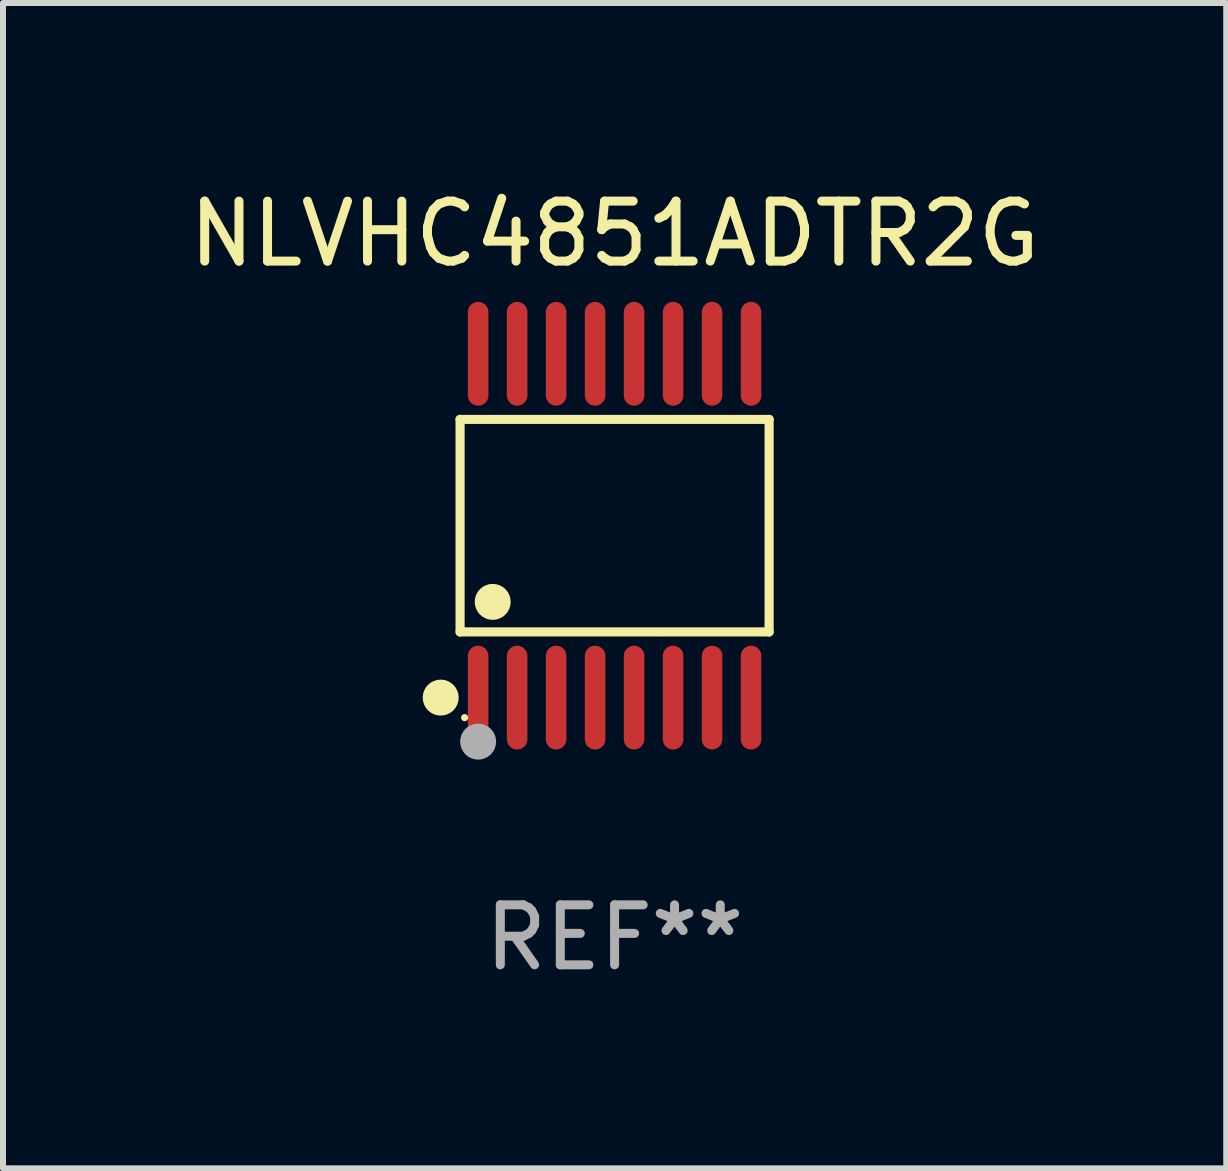
<source format=kicad_pcb>
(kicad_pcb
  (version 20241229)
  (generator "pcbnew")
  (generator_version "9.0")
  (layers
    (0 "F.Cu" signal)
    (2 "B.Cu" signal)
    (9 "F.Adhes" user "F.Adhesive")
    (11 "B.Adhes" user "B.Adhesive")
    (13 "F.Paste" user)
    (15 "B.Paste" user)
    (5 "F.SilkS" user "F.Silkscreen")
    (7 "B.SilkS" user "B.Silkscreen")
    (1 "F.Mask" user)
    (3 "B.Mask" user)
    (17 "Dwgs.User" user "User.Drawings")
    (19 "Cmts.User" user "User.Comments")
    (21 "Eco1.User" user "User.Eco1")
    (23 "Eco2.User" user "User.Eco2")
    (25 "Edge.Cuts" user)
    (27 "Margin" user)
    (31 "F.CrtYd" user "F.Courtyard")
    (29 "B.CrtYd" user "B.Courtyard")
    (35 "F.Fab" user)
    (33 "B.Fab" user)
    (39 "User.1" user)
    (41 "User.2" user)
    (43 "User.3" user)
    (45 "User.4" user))
  (footprint "NLVHC4851ADTR2G"
    (layer "F.Cu")
    (at 7.196 5.714)
    (property "Reference" "NLVHC4851ADTR2G" (at 0 -4.866 0) (layer "F.SilkS") (effects (font (size 1 1) (thickness 0.15))))
    (attr through_hole)
    (fp_line (start -2.576 -1.772) (end 2.576 -1.772) (stroke (width 0.152) (type solid)) (layer "F.SilkS"))
    (fp_line (start -2.576 1.771) (end -2.576 -1.772) (stroke (width 0.152) (type solid)) (layer "F.SilkS"))
    (fp_line (start 2.576 -1.772) (end 2.576 1.771) (stroke (width 0.152) (type solid)) (layer "F.SilkS"))
    (fp_line (start 2.576 1.771) (end -2.576 1.771) (stroke (width 0.152) (type solid)) (layer "F.SilkS"))
    (fp_circle (center -2.899 2.866) (end -2.749 2.866) (stroke (width 0.3) (type solid)) (fill no) (layer "F.SilkS"))
    (fp_circle (center -2.5 3.2) (end -2.47 3.2) (stroke (width 0.06) (type solid)) (fill no) (layer "F.SilkS"))
    (fp_circle (center -2.032 1.27) (end -1.882 1.27) (stroke (width 0.3) (type solid)) (fill no) (layer "F.SilkS"))
    (fp_circle (center -2.275 3.6) (end -2.125 3.6) (stroke (width 0.3) (type solid)) (fill no) (layer "F.Fab"))
    (fp_text user "REF**" (at 0 6.866 0) (layer "F.Fab") (effects (font (size 1 1) (thickness 0.15))))
    (pad "1" smd oval (at -2.275 2.866) (size 0.343 1.731) (layers "F.Cu" "F.Mask" "F.Paste"))
    (pad "2" smd oval (at -1.625 2.866) (size 0.343 1.731) (layers "F.Cu" "F.Mask" "F.Paste"))
    (pad "3" smd oval (at -0.975 2.866) (size 0.343 1.731) (layers "F.Cu" "F.Mask" "F.Paste"))
    (pad "4" smd oval (at -0.325 2.866) (size 0.343 1.731) (layers "F.Cu" "F.Mask" "F.Paste"))
    (pad "5" smd oval (at 0.325 2.866) (size 0.343 1.731) (layers "F.Cu" "F.Mask" "F.Paste"))
    (pad "6" smd oval (at 0.975 2.866) (size 0.343 1.731) (layers "F.Cu" "F.Mask" "F.Paste"))
    (pad "7" smd oval (at 1.625 2.866) (size 0.343 1.731) (layers "F.Cu" "F.Mask" "F.Paste"))
    (pad "8" smd oval (at 2.275 2.866) (size 0.343 1.731) (layers "F.Cu" "F.Mask" "F.Paste"))
    (pad "9" smd oval (at 2.275 -2.866) (size 0.343 1.731) (layers "F.Cu" "F.Mask" "F.Paste"))
    (pad "10" smd oval (at 1.625 -2.866) (size 0.343 1.731) (layers "F.Cu" "F.Mask" "F.Paste"))
    (pad "11" smd oval (at 0.975 -2.866) (size 0.343 1.731) (layers "F.Cu" "F.Mask" "F.Paste"))
    (pad "12" smd oval (at 0.325 -2.866) (size 0.343 1.731) (layers "F.Cu" "F.Mask" "F.Paste"))
    (pad "13" smd oval (at -0.325 -2.866) (size 0.343 1.731) (layers "F.Cu" "F.Mask" "F.Paste"))
    (pad "14" smd oval (at -0.975 -2.866) (size 0.343 1.731) (layers "F.Cu" "F.Mask" "F.Paste"))
    (pad "15" smd oval (at -1.625 -2.866) (size 0.343 1.731) (layers "F.Cu" "F.Mask" "F.Paste"))
    (pad "16" smd oval (at -2.275 -2.866) (size 0.343 1.731) (layers "F.Cu" "F.Mask" "F.Paste")))
  (gr_rect
    (start -3 -3)
    (end 17.393 16.428)
    (stroke (width 0.1) (type default))
    (fill no)
    (layer "Edge.Cuts")))
</source>
